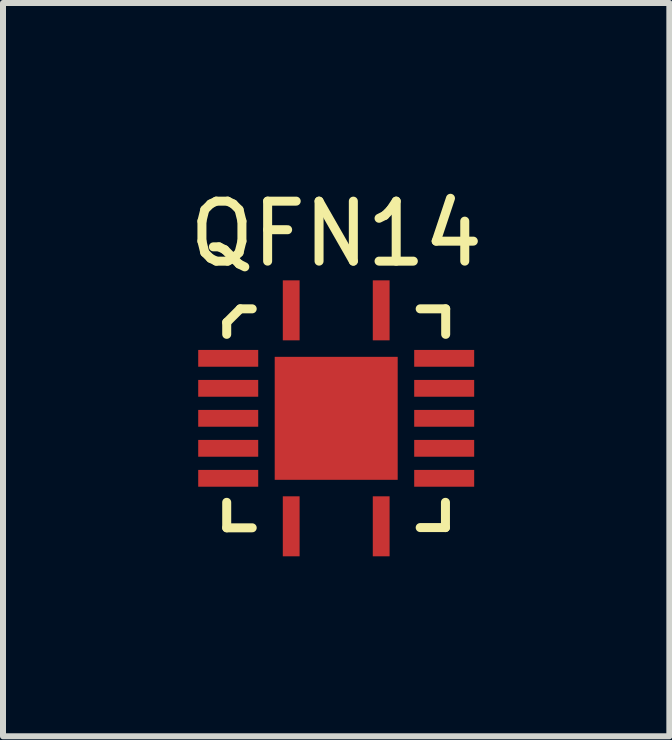
<source format=kicad_pcb>
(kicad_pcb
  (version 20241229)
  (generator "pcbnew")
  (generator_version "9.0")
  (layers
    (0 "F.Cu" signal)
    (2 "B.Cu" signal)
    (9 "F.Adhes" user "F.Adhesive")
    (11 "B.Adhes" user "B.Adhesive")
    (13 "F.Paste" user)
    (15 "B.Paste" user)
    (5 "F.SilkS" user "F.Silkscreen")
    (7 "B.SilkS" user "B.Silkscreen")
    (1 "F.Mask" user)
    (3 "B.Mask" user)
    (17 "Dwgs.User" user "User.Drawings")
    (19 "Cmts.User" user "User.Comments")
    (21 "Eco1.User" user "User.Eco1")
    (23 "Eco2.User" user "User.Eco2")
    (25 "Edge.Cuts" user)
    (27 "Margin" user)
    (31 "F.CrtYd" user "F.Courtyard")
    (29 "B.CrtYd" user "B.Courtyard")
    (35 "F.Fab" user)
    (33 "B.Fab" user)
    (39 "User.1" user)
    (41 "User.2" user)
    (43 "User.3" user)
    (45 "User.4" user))
  (footprint "QFN14"
    (layer "F.Cu")
    (at 2.554 3.923)
    (property "Reference" "QFN14" (at 0 -3.075 0) (layer "F.SilkS") (effects (font (size 1 1) (thickness 0.15))))
    (attr smd)
    (fp_line (start -1.825 -1.4) (end -1.825 -1.6) (stroke (width 0.15) (type solid)) (layer "F.SilkS"))
    (fp_line (start -1.825 1.825) (end -1.825 1.4) (stroke (width 0.15) (type solid)) (layer "F.SilkS"))
    (fp_line (start -1.6 -1.825) (end -1.825 -1.6) (stroke (width 0.15) (type solid)) (layer "F.SilkS"))
    (fp_line (start -1.6 -1.825) (end -1.4 -1.825) (stroke (width 0.15) (type solid)) (layer "F.SilkS"))
    (fp_line (start -1.4 1.825) (end -1.825 1.825) (stroke (width 0.15) (type solid)) (layer "F.SilkS"))
    (fp_line (start 1.4 -1.825) (end 1.825 -1.825) (stroke (width 0.15) (type solid)) (layer "F.SilkS"))
    (fp_line (start 1.821 1.4) (end 1.821 1.821) (stroke (width 0.15) (type solid)) (layer "F.SilkS"))
    (fp_line (start 1.821 1.821) (end 1.4 1.821) (stroke (width 0.15) (type solid)) (layer "F.SilkS"))
    (fp_line (start 1.825 -1.825) (end 1.825 -1.4) (stroke (width 0.15) (type solid)) (layer "F.SilkS"))
    (pad "1" smd rect (at -0.75 -1.65) (size 0.28 1) (drill (offset 0 -0.15)) (layers "F.Cu" "F.Mask" "F.Paste"))
    (pad "2" smd rect (at -1.65 -1 90) (size 0.28 1) (drill (offset 0 -0.15)) (layers "F.Cu" "F.Mask" "F.Paste"))
    (pad "3" smd rect (at -1.55 -0.5 90) (size 0.28 1) (drill (offset 0 -0.25)) (layers "F.Cu" "F.Mask" "F.Paste"))
    (pad "4" smd rect (at -1.55 0 90) (size 0.28 1) (drill (offset 0 -0.25)) (layers "F.Cu" "F.Mask" "F.Paste"))
    (pad "5" smd rect (at -1.55 0.5 90) (size 0.28 1) (drill (offset 0 -0.25)) (layers "F.Cu" "F.Mask" "F.Paste"))
    (pad "6" smd rect (at -1.55 1 90) (size 0.28 1) (drill (offset 0 -0.25)) (layers "F.Cu" "F.Mask" "F.Paste"))
    (pad "7" smd rect (at -0.75 1.65 180) (size 0.28 1) (drill (offset 0 -0.15)) (layers "F.Cu" "F.Mask" "F.Paste"))
    (pad "8" smd rect (at 0.75 1.65 180) (size 0.28 1) (drill (offset 0 -0.15)) (layers "F.Cu" "F.Mask" "F.Paste"))
    (pad "9" smd rect (at 1.55 1 270) (size 0.28 1) (drill (offset 0 -0.25)) (layers "F.Cu" "F.Mask" "F.Paste"))
    (pad "10" smd rect (at 1.55 0.5 270) (size 0.28 1) (drill (offset 0 -0.25)) (layers "F.Cu" "F.Mask" "F.Paste"))
    (pad "11" smd rect (at 1.55 0 270) (size 0.28 1) (drill (offset 0 -0.25)) (layers "F.Cu" "F.Mask" "F.Paste"))
    (pad "12" smd rect (at 1.55 -0.5 270) (size 0.28 1) (drill (offset 0 -0.25)) (layers "F.Cu" "F.Mask" "F.Paste"))
    (pad "13" smd rect (at 1.65 -1 270) (size 0.28 1) (drill (offset 0 -0.15)) (layers "F.Cu" "F.Mask" "F.Paste"))
    (pad "14" smd rect (at 0.75 -1.65) (size 0.28 1) (drill (offset 0 -0.15)) (layers "F.Cu" "F.Mask" "F.Paste"))
    (pad "PAD" smd rect (at 0 0 180) (size 2.05 2.05) (layers "F.Cu" "F.Mask" "F.Paste")))
  (gr_rect
    (start -3 -3)
    (end 8.107 9.223)
    (stroke (width 0.1) (type default))
    (fill no)
    (layer "Edge.Cuts")))
</source>
